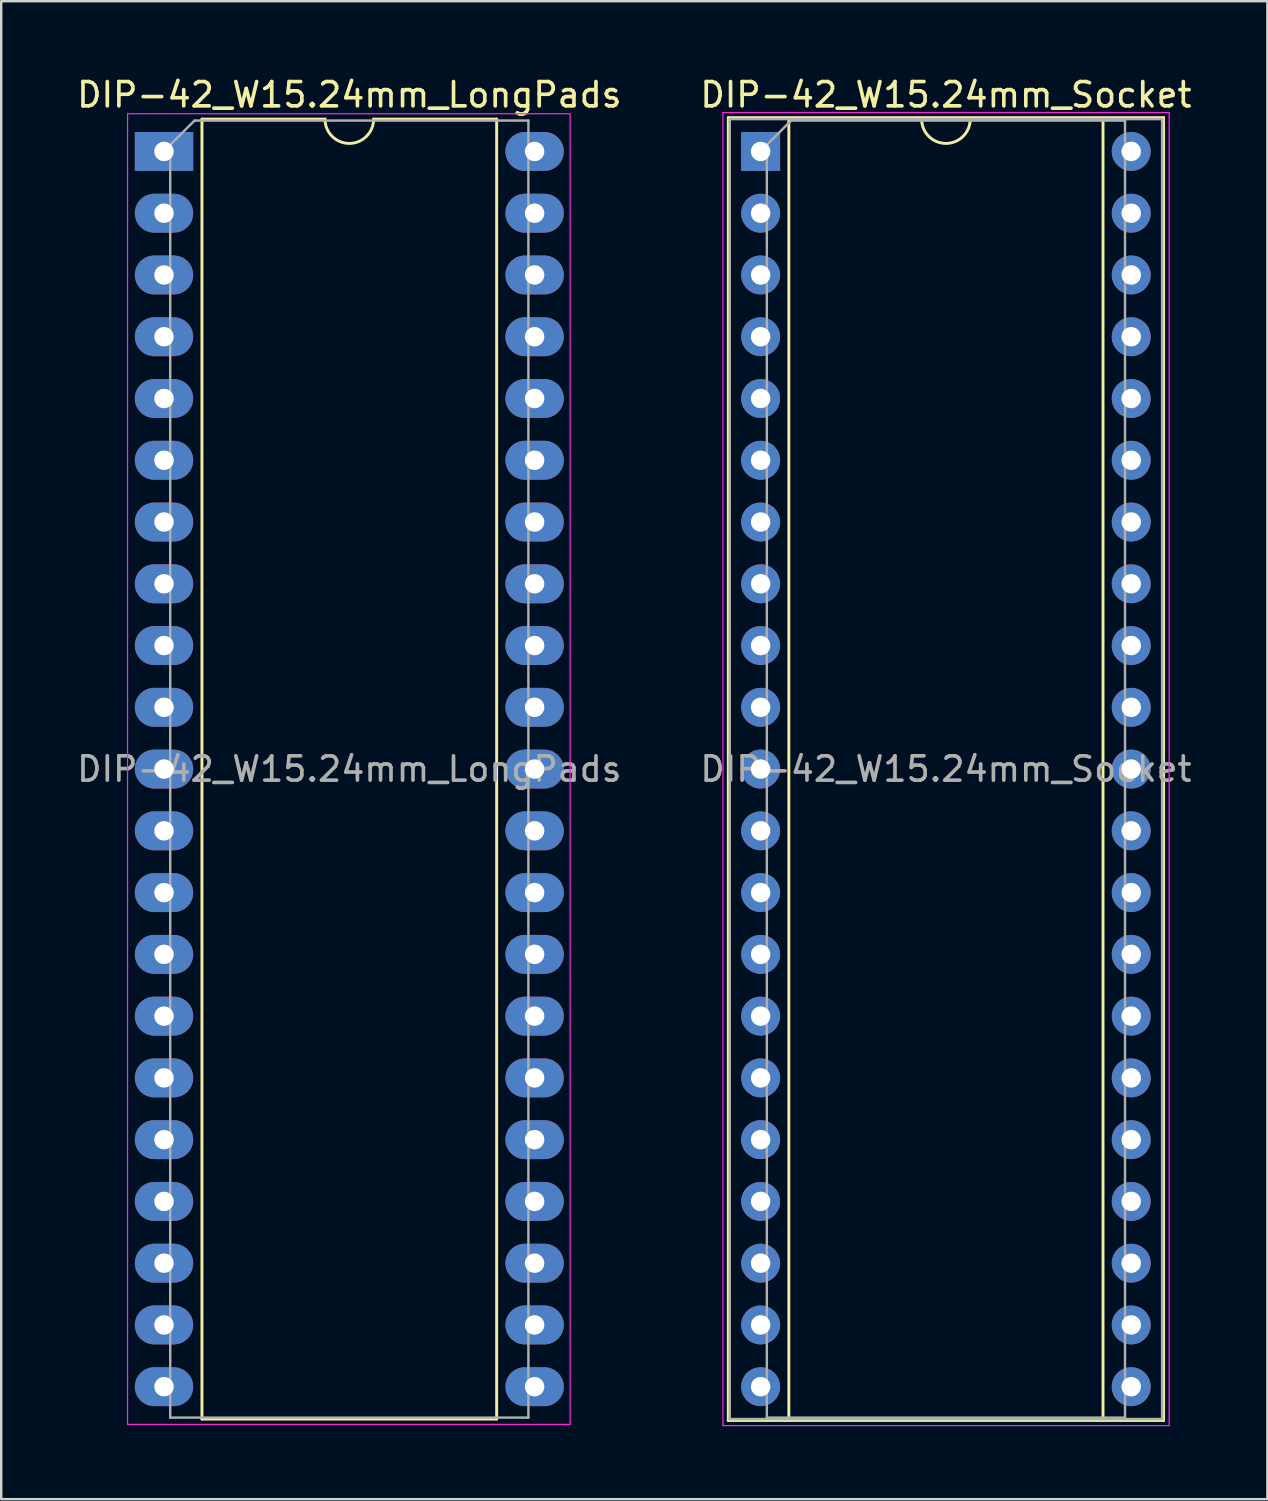
<source format=kicad_pcb>
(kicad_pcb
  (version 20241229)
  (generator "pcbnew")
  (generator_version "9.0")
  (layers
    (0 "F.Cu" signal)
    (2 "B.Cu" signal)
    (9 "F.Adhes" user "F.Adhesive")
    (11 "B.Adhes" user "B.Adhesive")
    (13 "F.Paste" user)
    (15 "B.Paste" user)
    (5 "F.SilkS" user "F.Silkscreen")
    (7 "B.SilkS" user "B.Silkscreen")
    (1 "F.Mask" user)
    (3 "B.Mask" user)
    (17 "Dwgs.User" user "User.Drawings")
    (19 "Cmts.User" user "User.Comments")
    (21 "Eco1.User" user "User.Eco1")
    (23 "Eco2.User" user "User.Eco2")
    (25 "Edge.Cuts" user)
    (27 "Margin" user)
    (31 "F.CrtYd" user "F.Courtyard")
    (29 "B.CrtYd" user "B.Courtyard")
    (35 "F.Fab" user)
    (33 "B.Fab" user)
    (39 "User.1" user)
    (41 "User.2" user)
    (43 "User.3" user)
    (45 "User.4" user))
  (footprint "DIP-42_W15.24mm_LongPads"
    (layer "F.Cu")
    (at 3.695 3.178)
    (property "Reference" "DIP-42_W15.24mm_LongPads" (at 7.62 -2.33 0) (layer "F.SilkS") (effects (font (size 1 1) (thickness 0.15))))
    (attr through_hole)
    (fp_line (start 1.56 -1.33) (end 1.56 52.13) (stroke (width 0.12) (type solid)) (layer "F.SilkS"))
    (fp_line (start 1.56 52.13) (end 13.68 52.13) (stroke (width 0.12) (type solid)) (layer "F.SilkS"))
    (fp_line (start 6.62 -1.33) (end 1.56 -1.33) (stroke (width 0.12) (type solid)) (layer "F.SilkS"))
    (fp_line (start 13.68 -1.33) (end 8.62 -1.33) (stroke (width 0.12) (type solid)) (layer "F.SilkS"))
    (fp_line (start 13.68 52.13) (end 13.68 -1.33) (stroke (width 0.12) (type solid)) (layer "F.SilkS"))
    (fp_arc (start 8.62 -1.33) (mid 7.62 -0.33) (end 6.62 -1.33) (stroke (width 0.12) (type solid)) (layer "F.SilkS"))
    (fp_line (start -1.5 -1.55) (end -1.5 52.35) (stroke (width 0.05) (type solid)) (layer "F.CrtYd"))
    (fp_line (start -1.5 52.35) (end 16.7 52.35) (stroke (width 0.05) (type solid)) (layer "F.CrtYd"))
    (fp_line (start 16.7 -1.55) (end -1.5 -1.55) (stroke (width 0.05) (type solid)) (layer "F.CrtYd"))
    (fp_line (start 16.7 52.35) (end 16.7 -1.55) (stroke (width 0.05) (type solid)) (layer "F.CrtYd"))
    (fp_line (start 0.255 -0.27) (end 1.255 -1.27) (stroke (width 0.1) (type solid)) (layer "F.Fab"))
    (fp_line (start 0.255 52.07) (end 0.255 -0.27) (stroke (width 0.1) (type solid)) (layer "F.Fab"))
    (fp_line (start 1.255 -1.27) (end 14.985 -1.27) (stroke (width 0.1) (type solid)) (layer "F.Fab"))
    (fp_line (start 14.985 -1.27) (end 14.985 52.07) (stroke (width 0.1) (type solid)) (layer "F.Fab"))
    (fp_line (start 14.985 52.07) (end 0.255 52.07) (stroke (width 0.1) (type solid)) (layer "F.Fab"))
    (fp_text user "${REFERENCE}" (at 7.62 25.4 0) (layer "F.Fab") (effects (font (size 1 1) (thickness 0.15))))
    (pad "1" thru_hole rect (at 0 0) (size 2.4 1.6) (drill 0.8) (layers "*.Cu" "*.Mask"))
    (pad "2" thru_hole oval (at 0 2.54) (size 2.4 1.6) (drill 0.8) (layers "*.Cu" "*.Mask"))
    (pad "3" thru_hole oval (at 0 5.08) (size 2.4 1.6) (drill 0.8) (layers "*.Cu" "*.Mask"))
    (pad "4" thru_hole oval (at 0 7.62) (size 2.4 1.6) (drill 0.8) (layers "*.Cu" "*.Mask"))
    (pad "5" thru_hole oval (at 0 10.16) (size 2.4 1.6) (drill 0.8) (layers "*.Cu" "*.Mask"))
    (pad "6" thru_hole oval (at 0 12.7) (size 2.4 1.6) (drill 0.8) (layers "*.Cu" "*.Mask"))
    (pad "7" thru_hole oval (at 0 15.24) (size 2.4 1.6) (drill 0.8) (layers "*.Cu" "*.Mask"))
    (pad "8" thru_hole oval (at 0 17.78) (size 2.4 1.6) (drill 0.8) (layers "*.Cu" "*.Mask"))
    (pad "9" thru_hole oval (at 0 20.32) (size 2.4 1.6) (drill 0.8) (layers "*.Cu" "*.Mask"))
    (pad "10" thru_hole oval (at 0 22.86) (size 2.4 1.6) (drill 0.8) (layers "*.Cu" "*.Mask"))
    (pad "11" thru_hole oval (at 0 25.4) (size 2.4 1.6) (drill 0.8) (layers "*.Cu" "*.Mask"))
    (pad "12" thru_hole oval (at 0 27.94) (size 2.4 1.6) (drill 0.8) (layers "*.Cu" "*.Mask"))
    (pad "13" thru_hole oval (at 0 30.48) (size 2.4 1.6) (drill 0.8) (layers "*.Cu" "*.Mask"))
    (pad "14" thru_hole oval (at 0 33.02) (size 2.4 1.6) (drill 0.8) (layers "*.Cu" "*.Mask"))
    (pad "15" thru_hole oval (at 0 35.56) (size 2.4 1.6) (drill 0.8) (layers "*.Cu" "*.Mask"))
    (pad "16" thru_hole oval (at 0 38.1) (size 2.4 1.6) (drill 0.8) (layers "*.Cu" "*.Mask"))
    (pad "17" thru_hole oval (at 0 40.64) (size 2.4 1.6) (drill 0.8) (layers "*.Cu" "*.Mask"))
    (pad "18" thru_hole oval (at 0 43.18) (size 2.4 1.6) (drill 0.8) (layers "*.Cu" "*.Mask"))
    (pad "19" thru_hole oval (at 0 45.72) (size 2.4 1.6) (drill 0.8) (layers "*.Cu" "*.Mask"))
    (pad "20" thru_hole oval (at 0 48.26) (size 2.4 1.6) (drill 0.8) (layers "*.Cu" "*.Mask"))
    (pad "21" thru_hole oval (at 0 50.8) (size 2.4 1.6) (drill 0.8) (layers "*.Cu" "*.Mask"))
    (pad "22" thru_hole oval (at 15.24 50.8) (size 2.4 1.6) (drill 0.8) (layers "*.Cu" "*.Mask"))
    (pad "23" thru_hole oval (at 15.24 48.26) (size 2.4 1.6) (drill 0.8) (layers "*.Cu" "*.Mask"))
    (pad "24" thru_hole oval (at 15.24 45.72) (size 2.4 1.6) (drill 0.8) (layers "*.Cu" "*.Mask"))
    (pad "25" thru_hole oval (at 15.24 43.18) (size 2.4 1.6) (drill 0.8) (layers "*.Cu" "*.Mask"))
    (pad "26" thru_hole oval (at 15.24 40.64) (size 2.4 1.6) (drill 0.8) (layers "*.Cu" "*.Mask"))
    (pad "27" thru_hole oval (at 15.24 38.1) (size 2.4 1.6) (drill 0.8) (layers "*.Cu" "*.Mask"))
    (pad "28" thru_hole oval (at 15.24 35.56) (size 2.4 1.6) (drill 0.8) (layers "*.Cu" "*.Mask"))
    (pad "29" thru_hole oval (at 15.24 33.02) (size 2.4 1.6) (drill 0.8) (layers "*.Cu" "*.Mask"))
    (pad "30" thru_hole oval (at 15.24 30.48) (size 2.4 1.6) (drill 0.8) (layers "*.Cu" "*.Mask"))
    (pad "31" thru_hole oval (at 15.24 27.94) (size 2.4 1.6) (drill 0.8) (layers "*.Cu" "*.Mask"))
    (pad "32" thru_hole oval (at 15.24 25.4) (size 2.4 1.6) (drill 0.8) (layers "*.Cu" "*.Mask"))
    (pad "33" thru_hole oval (at 15.24 22.86) (size 2.4 1.6) (drill 0.8) (layers "*.Cu" "*.Mask"))
    (pad "34" thru_hole oval (at 15.24 20.32) (size 2.4 1.6) (drill 0.8) (layers "*.Cu" "*.Mask"))
    (pad "35" thru_hole oval (at 15.24 17.78) (size 2.4 1.6) (drill 0.8) (layers "*.Cu" "*.Mask"))
    (pad "36" thru_hole oval (at 15.24 15.24) (size 2.4 1.6) (drill 0.8) (layers "*.Cu" "*.Mask"))
    (pad "37" thru_hole oval (at 15.24 12.7) (size 2.4 1.6) (drill 0.8) (layers "*.Cu" "*.Mask"))
    (pad "38" thru_hole oval (at 15.24 10.16) (size 2.4 1.6) (drill 0.8) (layers "*.Cu" "*.Mask"))
    (pad "39" thru_hole oval (at 15.24 7.62) (size 2.4 1.6) (drill 0.8) (layers "*.Cu" "*.Mask"))
    (pad "40" thru_hole oval (at 15.24 5.08) (size 2.4 1.6) (drill 0.8) (layers "*.Cu" "*.Mask"))
    (pad "41" thru_hole oval (at 15.24 2.54) (size 2.4 1.6) (drill 0.8) (layers "*.Cu" "*.Mask"))
    (pad "42" thru_hole oval (at 15.24 0) (size 2.4 1.6) (drill 0.8) (layers "*.Cu" "*.Mask")))
  (footprint "DIP-42_W15.24mm_Socket"
    (layer "F.Cu")
    (at 28.231 3.178)
    (property "Reference" "DIP-42_W15.24mm_Socket" (at 7.62 -2.33 0) (layer "F.SilkS") (effects (font (size 1 1) (thickness 0.15))))
    (attr through_hole)
    (fp_line (start -1.33 -1.39) (end -1.33 52.19) (stroke (width 0.12) (type solid)) (layer "F.SilkS"))
    (fp_line (start -1.33 52.19) (end 16.57 52.19) (stroke (width 0.12) (type solid)) (layer "F.SilkS"))
    (fp_line (start 1.16 -1.33) (end 1.16 52.13) (stroke (width 0.12) (type solid)) (layer "F.SilkS"))
    (fp_line (start 1.16 52.13) (end 14.08 52.13) (stroke (width 0.12) (type solid)) (layer "F.SilkS"))
    (fp_line (start 6.62 -1.33) (end 1.16 -1.33) (stroke (width 0.12) (type solid)) (layer "F.SilkS"))
    (fp_line (start 14.08 -1.33) (end 8.62 -1.33) (stroke (width 0.12) (type solid)) (layer "F.SilkS"))
    (fp_line (start 14.08 52.13) (end 14.08 -1.33) (stroke (width 0.12) (type solid)) (layer "F.SilkS"))
    (fp_line (start 16.57 -1.39) (end -1.33 -1.39) (stroke (width 0.12) (type solid)) (layer "F.SilkS"))
    (fp_line (start 16.57 52.19) (end 16.57 -1.39) (stroke (width 0.12) (type solid)) (layer "F.SilkS"))
    (fp_arc (start 8.62 -1.33) (mid 7.62 -0.33) (end 6.62 -1.33) (stroke (width 0.12) (type solid)) (layer "F.SilkS"))
    (fp_line (start -1.55 -1.6) (end -1.55 52.4) (stroke (width 0.05) (type solid)) (layer "F.CrtYd"))
    (fp_line (start -1.55 52.4) (end 16.8 52.4) (stroke (width 0.05) (type solid)) (layer "F.CrtYd"))
    (fp_line (start 16.8 -1.6) (end -1.55 -1.6) (stroke (width 0.05) (type solid)) (layer "F.CrtYd"))
    (fp_line (start 16.8 52.4) (end 16.8 -1.6) (stroke (width 0.05) (type solid)) (layer "F.CrtYd"))
    (fp_line (start -1.27 -1.33) (end -1.27 52.13) (stroke (width 0.1) (type solid)) (layer "F.Fab"))
    (fp_line (start -1.27 52.13) (end 16.51 52.13) (stroke (width 0.1) (type solid)) (layer "F.Fab"))
    (fp_line (start 0.255 -0.27) (end 1.255 -1.27) (stroke (width 0.1) (type solid)) (layer "F.Fab"))
    (fp_line (start 0.255 52.07) (end 0.255 -0.27) (stroke (width 0.1) (type solid)) (layer "F.Fab"))
    (fp_line (start 1.255 -1.27) (end 14.985 -1.27) (stroke (width 0.1) (type solid)) (layer "F.Fab"))
    (fp_line (start 14.985 -1.27) (end 14.985 52.07) (stroke (width 0.1) (type solid)) (layer "F.Fab"))
    (fp_line (start 14.985 52.07) (end 0.255 52.07) (stroke (width 0.1) (type solid)) (layer "F.Fab"))
    (fp_line (start 16.51 -1.33) (end -1.27 -1.33) (stroke (width 0.1) (type solid)) (layer "F.Fab"))
    (fp_line (start 16.51 52.13) (end 16.51 -1.33) (stroke (width 0.1) (type solid)) (layer "F.Fab"))
    (fp_text user "${REFERENCE}" (at 7.62 25.4 0) (layer "F.Fab") (effects (font (size 1 1) (thickness 0.15))))
    (pad "1" thru_hole rect (at 0 0) (size 1.6 1.6) (drill 0.8) (layers "*.Cu" "*.Mask"))
    (pad "2" thru_hole oval (at 0 2.54) (size 1.6 1.6) (drill 0.8) (layers "*.Cu" "*.Mask"))
    (pad "3" thru_hole oval (at 0 5.08) (size 1.6 1.6) (drill 0.8) (layers "*.Cu" "*.Mask"))
    (pad "4" thru_hole oval (at 0 7.62) (size 1.6 1.6) (drill 0.8) (layers "*.Cu" "*.Mask"))
    (pad "5" thru_hole oval (at 0 10.16) (size 1.6 1.6) (drill 0.8) (layers "*.Cu" "*.Mask"))
    (pad "6" thru_hole oval (at 0 12.7) (size 1.6 1.6) (drill 0.8) (layers "*.Cu" "*.Mask"))
    (pad "7" thru_hole oval (at 0 15.24) (size 1.6 1.6) (drill 0.8) (layers "*.Cu" "*.Mask"))
    (pad "8" thru_hole oval (at 0 17.78) (size 1.6 1.6) (drill 0.8) (layers "*.Cu" "*.Mask"))
    (pad "9" thru_hole oval (at 0 20.32) (size 1.6 1.6) (drill 0.8) (layers "*.Cu" "*.Mask"))
    (pad "10" thru_hole oval (at 0 22.86) (size 1.6 1.6) (drill 0.8) (layers "*.Cu" "*.Mask"))
    (pad "11" thru_hole oval (at 0 25.4) (size 1.6 1.6) (drill 0.8) (layers "*.Cu" "*.Mask"))
    (pad "12" thru_hole oval (at 0 27.94) (size 1.6 1.6) (drill 0.8) (layers "*.Cu" "*.Mask"))
    (pad "13" thru_hole oval (at 0 30.48) (size 1.6 1.6) (drill 0.8) (layers "*.Cu" "*.Mask"))
    (pad "14" thru_hole oval (at 0 33.02) (size 1.6 1.6) (drill 0.8) (layers "*.Cu" "*.Mask"))
    (pad "15" thru_hole oval (at 0 35.56) (size 1.6 1.6) (drill 0.8) (layers "*.Cu" "*.Mask"))
    (pad "16" thru_hole oval (at 0 38.1) (size 1.6 1.6) (drill 0.8) (layers "*.Cu" "*.Mask"))
    (pad "17" thru_hole oval (at 0 40.64) (size 1.6 1.6) (drill 0.8) (layers "*.Cu" "*.Mask"))
    (pad "18" thru_hole oval (at 0 43.18) (size 1.6 1.6) (drill 0.8) (layers "*.Cu" "*.Mask"))
    (pad "19" thru_hole oval (at 0 45.72) (size 1.6 1.6) (drill 0.8) (layers "*.Cu" "*.Mask"))
    (pad "20" thru_hole oval (at 0 48.26) (size 1.6 1.6) (drill 0.8) (layers "*.Cu" "*.Mask"))
    (pad "21" thru_hole oval (at 0 50.8) (size 1.6 1.6) (drill 0.8) (layers "*.Cu" "*.Mask"))
    (pad "22" thru_hole oval (at 15.24 50.8) (size 1.6 1.6) (drill 0.8) (layers "*.Cu" "*.Mask"))
    (pad "23" thru_hole oval (at 15.24 48.26) (size 1.6 1.6) (drill 0.8) (layers "*.Cu" "*.Mask"))
    (pad "24" thru_hole oval (at 15.24 45.72) (size 1.6 1.6) (drill 0.8) (layers "*.Cu" "*.Mask"))
    (pad "25" thru_hole oval (at 15.24 43.18) (size 1.6 1.6) (drill 0.8) (layers "*.Cu" "*.Mask"))
    (pad "26" thru_hole oval (at 15.24 40.64) (size 1.6 1.6) (drill 0.8) (layers "*.Cu" "*.Mask"))
    (pad "27" thru_hole oval (at 15.24 38.1) (size 1.6 1.6) (drill 0.8) (layers "*.Cu" "*.Mask"))
    (pad "28" thru_hole oval (at 15.24 35.56) (size 1.6 1.6) (drill 0.8) (layers "*.Cu" "*.Mask"))
    (pad "29" thru_hole oval (at 15.24 33.02) (size 1.6 1.6) (drill 0.8) (layers "*.Cu" "*.Mask"))
    (pad "30" thru_hole oval (at 15.24 30.48) (size 1.6 1.6) (drill 0.8) (layers "*.Cu" "*.Mask"))
    (pad "31" thru_hole oval (at 15.24 27.94) (size 1.6 1.6) (drill 0.8) (layers "*.Cu" "*.Mask"))
    (pad "32" thru_hole oval (at 15.24 25.4) (size 1.6 1.6) (drill 0.8) (layers "*.Cu" "*.Mask"))
    (pad "33" thru_hole oval (at 15.24 22.86) (size 1.6 1.6) (drill 0.8) (layers "*.Cu" "*.Mask"))
    (pad "34" thru_hole oval (at 15.24 20.32) (size 1.6 1.6) (drill 0.8) (layers "*.Cu" "*.Mask"))
    (pad "35" thru_hole oval (at 15.24 17.78) (size 1.6 1.6) (drill 0.8) (layers "*.Cu" "*.Mask"))
    (pad "36" thru_hole oval (at 15.24 15.24) (size 1.6 1.6) (drill 0.8) (layers "*.Cu" "*.Mask"))
    (pad "37" thru_hole oval (at 15.24 12.7) (size 1.6 1.6) (drill 0.8) (layers "*.Cu" "*.Mask"))
    (pad "38" thru_hole oval (at 15.24 10.16) (size 1.6 1.6) (drill 0.8) (layers "*.Cu" "*.Mask"))
    (pad "39" thru_hole oval (at 15.24 7.62) (size 1.6 1.6) (drill 0.8) (layers "*.Cu" "*.Mask"))
    (pad "40" thru_hole oval (at 15.24 5.08) (size 1.6 1.6) (drill 0.8) (layers "*.Cu" "*.Mask"))
    (pad "41" thru_hole oval (at 15.24 2.54) (size 1.6 1.6) (drill 0.8) (layers "*.Cu" "*.Mask"))
    (pad "42" thru_hole oval (at 15.24 0) (size 1.6 1.6) (drill 0.8) (layers "*.Cu" "*.Mask")))
  (gr_rect
    (start -3 -3)
    (end 49.071 58.603)
    (stroke (width 0.1) (type default))
    (fill no)
    (layer "Edge.Cuts")))
</source>
